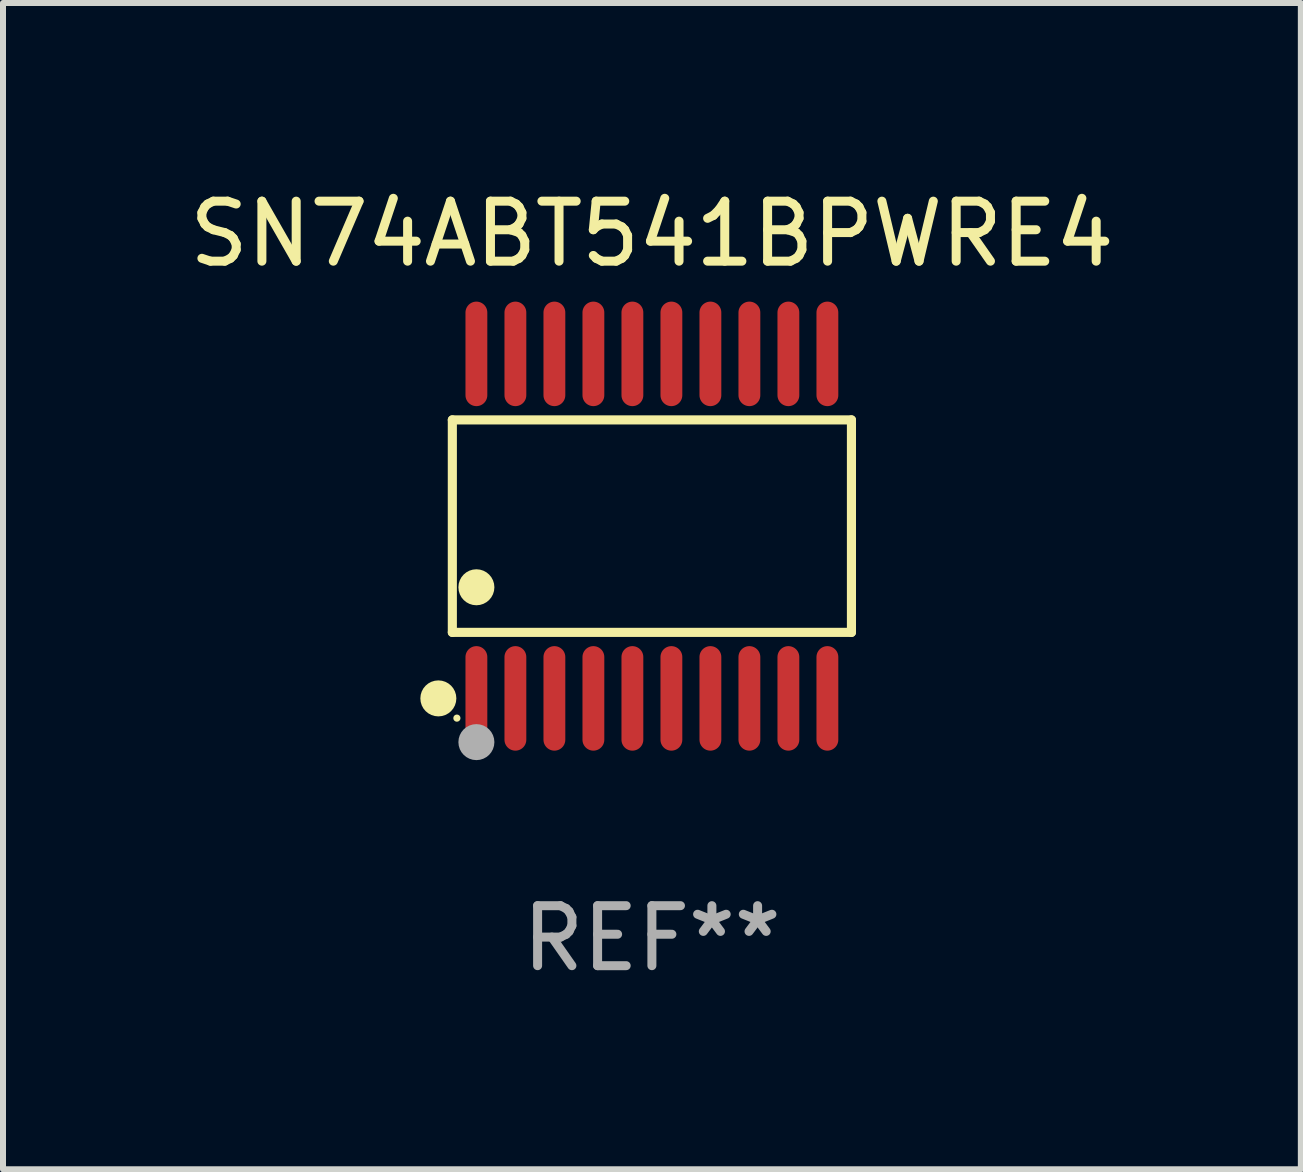
<source format=kicad_pcb>
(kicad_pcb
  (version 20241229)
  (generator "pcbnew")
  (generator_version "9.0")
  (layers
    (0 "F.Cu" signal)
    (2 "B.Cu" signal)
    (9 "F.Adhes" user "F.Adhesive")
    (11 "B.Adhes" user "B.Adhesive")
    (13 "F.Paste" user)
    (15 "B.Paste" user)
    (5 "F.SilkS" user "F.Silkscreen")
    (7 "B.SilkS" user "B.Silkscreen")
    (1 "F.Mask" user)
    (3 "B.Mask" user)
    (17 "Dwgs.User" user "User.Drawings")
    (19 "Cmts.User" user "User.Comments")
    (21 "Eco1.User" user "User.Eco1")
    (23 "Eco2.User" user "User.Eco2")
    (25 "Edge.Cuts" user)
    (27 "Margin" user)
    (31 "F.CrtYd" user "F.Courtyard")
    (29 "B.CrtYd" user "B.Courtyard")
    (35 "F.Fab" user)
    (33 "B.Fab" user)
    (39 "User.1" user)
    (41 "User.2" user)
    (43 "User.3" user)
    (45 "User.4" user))
  (footprint "SN74ABT541BPWRE4"
    (layer "F.Cu")
    (at 7.815 5.719)
    (property "Reference" "SN74ABT541BPWRE4" (at 0 -4.871 0) (layer "F.SilkS") (effects (font (size 1 1) (thickness 0.15))))
    (attr through_hole)
    (fp_line (start -3.326 -1.771) (end 3.326 -1.771) (stroke (width 0.152) (type solid)) (layer "F.SilkS"))
    (fp_line (start -3.326 1.771) (end -3.326 -1.771) (stroke (width 0.152) (type solid)) (layer "F.SilkS"))
    (fp_line (start 3.326 -1.771) (end 3.326 1.771) (stroke (width 0.152) (type solid)) (layer "F.SilkS"))
    (fp_line (start 3.326 1.771) (end -3.326 1.771) (stroke (width 0.152) (type solid)) (layer "F.SilkS"))
    (fp_circle (center -3.559 2.871) (end -3.409 2.871) (stroke (width 0.3) (type solid)) (fill no) (layer "F.SilkS"))
    (fp_circle (center -3.25 3.2) (end -3.22 3.2) (stroke (width 0.06) (type solid)) (fill no) (layer "F.SilkS"))
    (fp_circle (center -2.925 1.019) (end -2.775 1.019) (stroke (width 0.3) (type solid)) (fill no) (layer "F.SilkS"))
    (fp_circle (center -2.925 3.6) (end -2.775 3.6) (stroke (width 0.3) (type solid)) (fill no) (layer "F.Fab"))
    (fp_text user "REF**" (at 0 6.871 0) (layer "F.Fab") (effects (font (size 1 1) (thickness 0.15))))
    (pad "1" smd oval (at -2.925 2.871) (size 0.364 1.742) (layers "F.Cu" "F.Mask" "F.Paste"))
    (pad "2" smd oval (at -2.275 2.871) (size 0.364 1.742) (layers "F.Cu" "F.Mask" "F.Paste"))
    (pad "3" smd oval (at -1.625 2.871) (size 0.364 1.742) (layers "F.Cu" "F.Mask" "F.Paste"))
    (pad "4" smd oval (at -0.975 2.871) (size 0.364 1.742) (layers "F.Cu" "F.Mask" "F.Paste"))
    (pad "5" smd oval (at -0.325 2.871) (size 0.364 1.742) (layers "F.Cu" "F.Mask" "F.Paste"))
    (pad "6" smd oval (at 0.325 2.871) (size 0.364 1.742) (layers "F.Cu" "F.Mask" "F.Paste"))
    (pad "7" smd oval (at 0.975 2.871) (size 0.364 1.742) (layers "F.Cu" "F.Mask" "F.Paste"))
    (pad "8" smd oval (at 1.625 2.871) (size 0.364 1.742) (layers "F.Cu" "F.Mask" "F.Paste"))
    (pad "9" smd oval (at 2.275 2.871) (size 0.364 1.742) (layers "F.Cu" "F.Mask" "F.Paste"))
    (pad "10" smd oval (at 2.925 2.871) (size 0.364 1.742) (layers "F.Cu" "F.Mask" "F.Paste"))
    (pad "11" smd oval (at 2.925 -2.871) (size 0.364 1.742) (layers "F.Cu" "F.Mask" "F.Paste"))
    (pad "12" smd oval (at 2.275 -2.871) (size 0.364 1.742) (layers "F.Cu" "F.Mask" "F.Paste"))
    (pad "13" smd oval (at 1.625 -2.871) (size 0.364 1.742) (layers "F.Cu" "F.Mask" "F.Paste"))
    (pad "14" smd oval (at 0.975 -2.871) (size 0.364 1.742) (layers "F.Cu" "F.Mask" "F.Paste"))
    (pad "15" smd oval (at 0.325 -2.871) (size 0.364 1.742) (layers "F.Cu" "F.Mask" "F.Paste"))
    (pad "16" smd oval (at -0.325 -2.871) (size 0.364 1.742) (layers "F.Cu" "F.Mask" "F.Paste"))
    (pad "17" smd oval (at -0.975 -2.871) (size 0.364 1.742) (layers "F.Cu" "F.Mask" "F.Paste"))
    (pad "18" smd oval (at -1.625 -2.871) (size 0.364 1.742) (layers "F.Cu" "F.Mask" "F.Paste"))
    (pad "19" smd oval (at -2.275 -2.871) (size 0.364 1.742) (layers "F.Cu" "F.Mask" "F.Paste"))
    (pad "20" smd oval (at -2.925 -2.871) (size 0.364 1.742) (layers "F.Cu" "F.Mask" "F.Paste")))
  (gr_rect
    (start -3 -3)
    (end 18.631 16.438)
    (stroke (width 0.1) (type default))
    (fill no)
    (layer "Edge.Cuts")))
</source>
